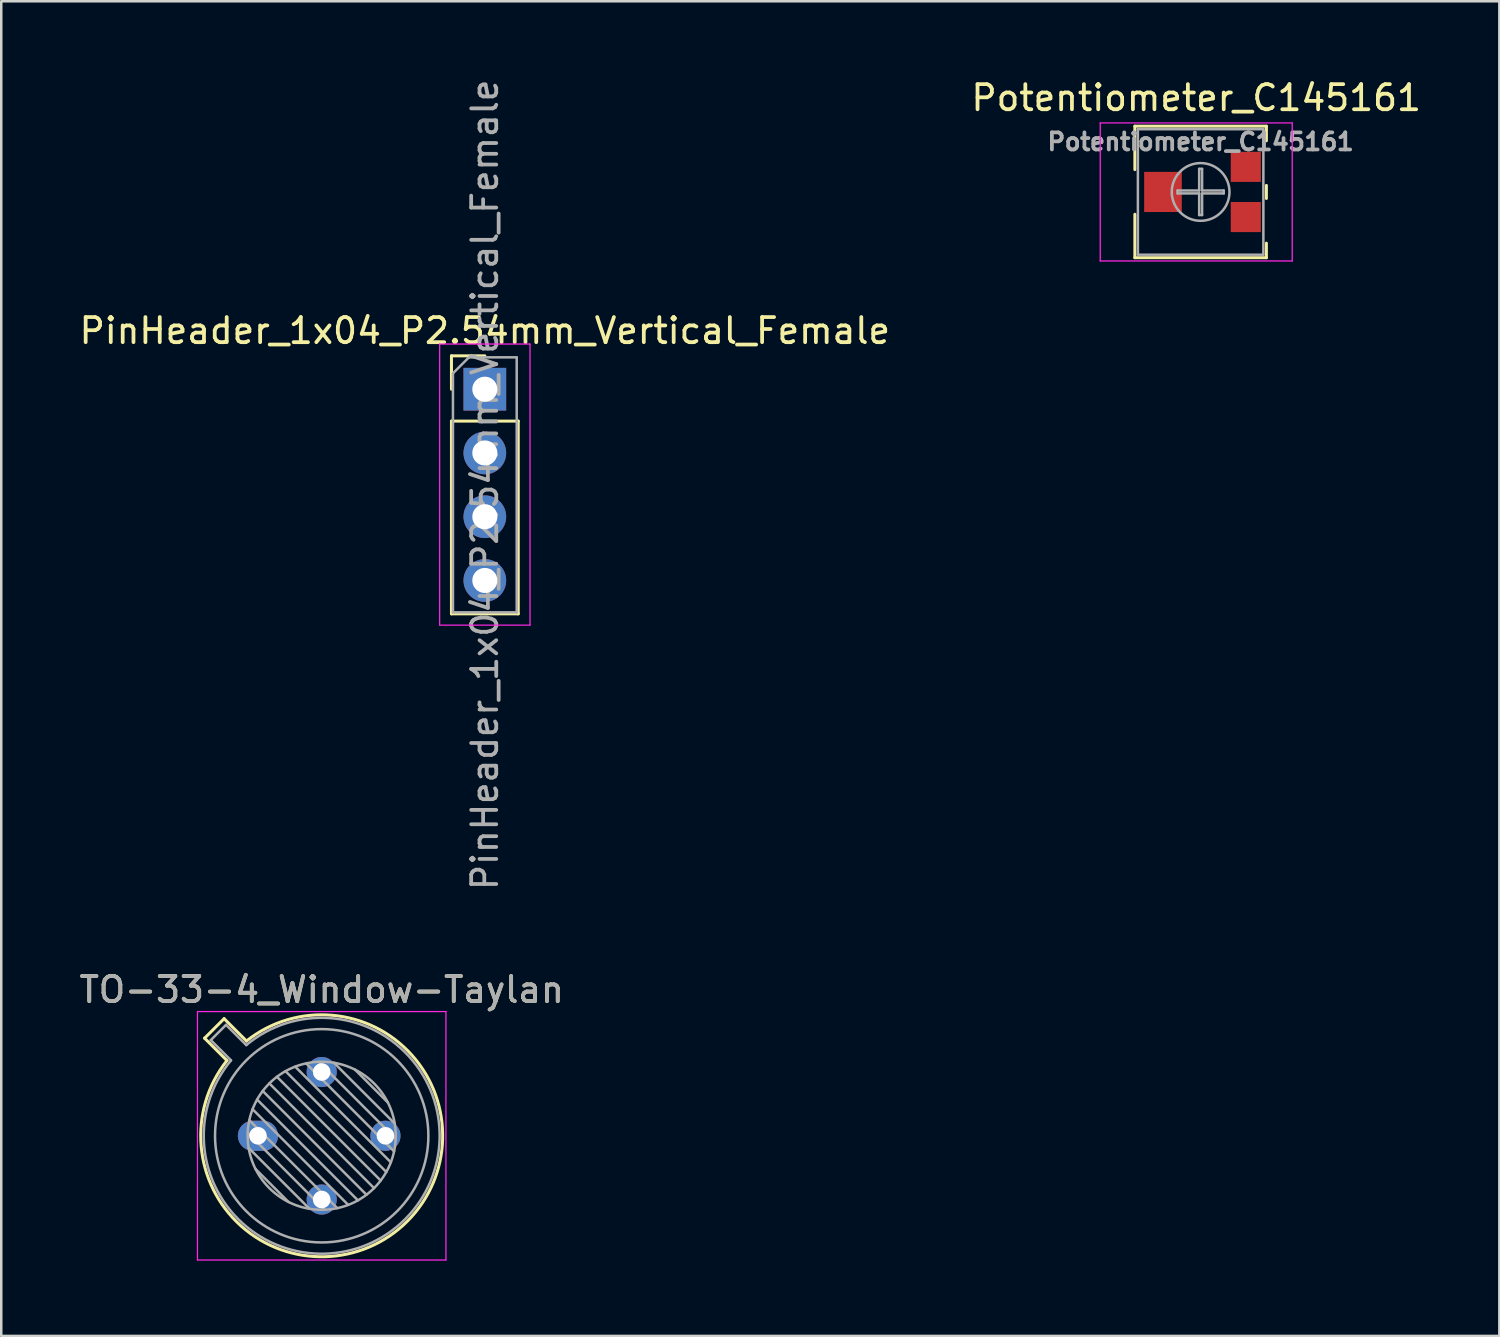
<source format=kicad_pcb>
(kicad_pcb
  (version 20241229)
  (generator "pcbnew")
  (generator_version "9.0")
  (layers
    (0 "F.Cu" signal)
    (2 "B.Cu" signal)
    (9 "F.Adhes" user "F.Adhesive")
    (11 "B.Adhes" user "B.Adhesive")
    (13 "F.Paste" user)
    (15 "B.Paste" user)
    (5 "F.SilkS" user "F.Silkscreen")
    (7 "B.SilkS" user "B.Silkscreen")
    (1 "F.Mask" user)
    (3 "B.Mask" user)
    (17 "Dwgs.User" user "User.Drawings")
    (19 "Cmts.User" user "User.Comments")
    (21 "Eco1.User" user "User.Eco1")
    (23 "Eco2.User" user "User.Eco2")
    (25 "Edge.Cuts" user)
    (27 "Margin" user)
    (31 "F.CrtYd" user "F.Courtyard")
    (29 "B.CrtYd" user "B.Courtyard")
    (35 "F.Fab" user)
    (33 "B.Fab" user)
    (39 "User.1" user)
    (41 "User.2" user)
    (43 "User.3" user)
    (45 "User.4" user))
  (footprint "Potentiometer_C145161"
    (layer "F.Cu")
    (at 44.788 4.598)
    (property "Reference" "Potentiometer_C145161" (at -0.175 -3.75 0) (layer "F.SilkS") (effects (font (size 1 1) (thickness 0.15))))
    (attr smd)
    (fp_line (start -2.62 -2.62) (end -2.62 -0.89) (stroke (width 0.12) (type solid)) (layer "F.SilkS"))
    (fp_line (start -2.62 -2.62) (end 2.62 -2.62) (stroke (width 0.12) (type solid)) (layer "F.SilkS"))
    (fp_line (start -2.62 0.89) (end -2.62 2.62) (stroke (width 0.12) (type solid)) (layer "F.SilkS"))
    (fp_line (start -2.62 2.62) (end 2.62 2.62) (stroke (width 0.12) (type solid)) (layer "F.SilkS"))
    (fp_line (start 2.62 -2.62) (end 2.62 -2.039) (stroke (width 0.12) (type solid)) (layer "F.SilkS"))
    (fp_line (start 2.62 -0.26) (end 2.62 0.26) (stroke (width 0.12) (type solid)) (layer "F.SilkS"))
    (fp_line (start 2.62 2.04) (end 2.62 2.62) (stroke (width 0.12) (type solid)) (layer "F.SilkS"))
    (fp_line (start -4 -2.75) (end -4 2.75) (stroke (width 0.05) (type solid)) (layer "F.CrtYd"))
    (fp_line (start -4 2.75) (end 3.65 2.75) (stroke (width 0.05) (type solid)) (layer "F.CrtYd"))
    (fp_line (start 3.65 -2.75) (end -4 -2.75) (stroke (width 0.05) (type solid)) (layer "F.CrtYd"))
    (fp_line (start 3.65 2.75) (end 3.65 -2.75) (stroke (width 0.05) (type solid)) (layer "F.CrtYd"))
    (fp_line (start -2.5 -2.5) (end -2.5 2.5) (stroke (width 0.1) (type solid)) (layer "F.Fab"))
    (fp_line (start -2.5 2.5) (end 2.5 2.5) (stroke (width 0.1) (type solid)) (layer "F.Fab"))
    (fp_line (start -0.92 -0.058) (end -0.058 -0.058) (stroke (width 0.1) (type solid)) (layer "F.Fab"))
    (fp_line (start -0.92 0.058) (end -0.92 -0.058) (stroke (width 0.1) (type solid)) (layer "F.Fab"))
    (fp_line (start -0.058 -0.92) (end 0.058 -0.92) (stroke (width 0.1) (type solid)) (layer "F.Fab"))
    (fp_line (start -0.058 -0.058) (end -0.058 -0.92) (stroke (width 0.1) (type solid)) (layer "F.Fab"))
    (fp_line (start -0.058 0.058) (end -0.92 0.058) (stroke (width 0.1) (type solid)) (layer "F.Fab"))
    (fp_line (start -0.058 0.92) (end -0.058 0.058) (stroke (width 0.1) (type solid)) (layer "F.Fab"))
    (fp_line (start 0.058 -0.92) (end 0.058 -0.058) (stroke (width 0.1) (type solid)) (layer "F.Fab"))
    (fp_line (start 0.058 -0.058) (end 0.92 -0.058) (stroke (width 0.1) (type solid)) (layer "F.Fab"))
    (fp_line (start 0.058 0.058) (end 0.058 0.92) (stroke (width 0.1) (type solid)) (layer "F.Fab"))
    (fp_line (start 0.058 0.92) (end -0.058 0.92) (stroke (width 0.1) (type solid)) (layer "F.Fab"))
    (fp_line (start 0.92 -0.058) (end 0.92 0.058) (stroke (width 0.1) (type solid)) (layer "F.Fab"))
    (fp_line (start 0.92 0.058) (end 0.058 0.058) (stroke (width 0.1) (type solid)) (layer "F.Fab"))
    (fp_line (start 2.5 -2.5) (end -2.5 -2.5) (stroke (width 0.1) (type solid)) (layer "F.Fab"))
    (fp_line (start 2.5 2.5) (end 2.5 -2.5) (stroke (width 0.1) (type solid)) (layer "F.Fab"))
    (fp_circle (center 0 0) (end 1.15 0) (stroke (width 0.1) (type solid)) (fill no) (layer "F.Fab"))
    (fp_text user "${REFERENCE}" (at 0 -2 0) (layer "F.Fab") (effects (font (size 0.68 0.68) (thickness 0.15))))
    (pad "1" smd rect (at 1.8 -1) (size 1.2 1.2) (layers "F.Cu" "F.Mask" "F.Paste"))
    (pad "2" smd rect (at -1.5 0) (size 1.5 1.6) (layers "F.Cu" "F.Mask" "F.Paste"))
    (pad "3" smd rect (at 1.8 1) (size 1.2 1.2) (layers "F.Cu" "F.Mask" "F.Paste")))
  (footprint "TO-33-4_Window-Taylan"
    (layer "F.Cu")
    (at 7.228 42.204)
    (property "Reference" "TO-33-4_Window-Taylan" (at 2.54 -5.82 0) (layer "F.SilkS") (effects (font (size 1 1) (thickness 0.15))))
    (attr through_hole)
    (fp_line (start -2.126 -3.888) (end -1.235 -2.997) (stroke (width 0.12) (type solid)) (layer "F.SilkS"))
    (fp_line (start -1.348 -4.666) (end -2.126 -3.888) (stroke (width 0.12) (type solid)) (layer "F.SilkS"))
    (fp_line (start -0.457 -3.775) (end -1.348 -4.666) (stroke (width 0.12) (type solid)) (layer "F.SilkS"))
    (fp_arc (start -0.457084 -3.774902) (mid 5.948255 3.408255) (end -1.234902 -2.997084) (stroke (width 0.12) (type solid)) (layer "F.SilkS"))
    (fp_line (start -2.41 -4.95) (end -2.41 4.95) (stroke (width 0.05) (type solid)) (layer "F.CrtYd"))
    (fp_line (start -2.41 4.95) (end 7.49 4.95) (stroke (width 0.05) (type solid)) (layer "F.CrtYd"))
    (fp_line (start 7.49 -4.95) (end -2.41 -4.95) (stroke (width 0.05) (type solid)) (layer "F.CrtYd"))
    (fp_line (start 7.49 4.95) (end 7.49 -4.95) (stroke (width 0.05) (type solid)) (layer "F.CrtYd"))
    (fp_line (start -1.88 -3.812) (end -1.074 -3.005) (stroke (width 0.1) (type solid)) (layer "F.Fab"))
    (fp_line (start -1.272 -4.42) (end -1.88 -3.812) (stroke (width 0.1) (type solid)) (layer "F.Fab"))
    (fp_line (start -0.465 -3.614) (end -1.272 -4.42) (stroke (width 0.1) (type solid)) (layer "F.Fab"))
    (fp_line (start -0.408 -0.12) (end 2.66 2.948) (stroke (width 0.1) (type solid)) (layer "F.Fab"))
    (fp_line (start -0.371 0.485) (end 2.055 2.911) (stroke (width 0.1) (type solid)) (layer "F.Fab"))
    (fp_line (start -0.344 -0.622) (end 3.162 2.884) (stroke (width 0.1) (type solid)) (layer "F.Fab"))
    (fp_line (start -0.215 -1.058) (end 3.598 2.755) (stroke (width 0.1) (type solid)) (layer "F.Fab"))
    (fp_line (start -0.097 1.324) (end 1.216 2.637) (stroke (width 0.1) (type solid)) (layer "F.Fab"))
    (fp_line (start -0.034 -1.443) (end 3.983 2.574) (stroke (width 0.1) (type solid)) (layer "F.Fab"))
    (fp_line (start 0.19 -1.784) (end 4.324 2.35) (stroke (width 0.1) (type solid)) (layer "F.Fab"))
    (fp_line (start 0.454 -2.086) (end 4.626 2.086) (stroke (width 0.1) (type solid)) (layer "F.Fab"))
    (fp_line (start 0.756 -2.35) (end 4.89 1.784) (stroke (width 0.1) (type solid)) (layer "F.Fab"))
    (fp_line (start 1.097 -2.574) (end 5.114 1.443) (stroke (width 0.1) (type solid)) (layer "F.Fab"))
    (fp_line (start 1.482 -2.755) (end 5.295 1.058) (stroke (width 0.1) (type solid)) (layer "F.Fab"))
    (fp_line (start 1.918 -2.884) (end 5.424 0.622) (stroke (width 0.1) (type solid)) (layer "F.Fab"))
    (fp_line (start 2.42 -2.948) (end 5.488 0.12) (stroke (width 0.1) (type solid)) (layer "F.Fab"))
    (fp_line (start 3.025 -2.911) (end 5.451 -0.485) (stroke (width 0.1) (type solid)) (layer "F.Fab"))
    (fp_line (start 3.864 -2.637) (end 5.177 -1.324) (stroke (width 0.1) (type solid)) (layer "F.Fab"))
    (fp_arc (start -0.465408 -3.61352) (mid 5.863402 3.323402) (end -1.07352 -3.005408) (stroke (width 0.1) (type solid)) (layer "F.Fab"))
    (fp_circle (center 2.54 0) (end 5.49 0) (stroke (width 0.1) (type solid)) (fill no) (layer "F.Fab"))
    (fp_circle (center 2.54 0) (end 6.79 0) (stroke (width 0.1) (type solid)) (fill no) (layer "F.Fab"))
    (fp_text user "${REFERENCE}" (at 2.54 -5.82 0) (layer "F.Fab") (effects (font (size 1 1) (thickness 0.15))))
    (pad "1" thru_hole circle (at 2.54 -2.54) (size 1.2 1.2) (drill 0.7) (layers "*.Cu" "*.Mask"))
    (pad "2" thru_hole oval (at 0 0) (size 1.6 1.2) (drill 0.7) (layers "*.Cu" "*.Mask"))
    (pad "3" thru_hole circle (at 5.08 0) (size 1.2 1.2) (drill 0.7) (layers "*.Cu" "*.Mask"))
    (pad "4" thru_hole circle (at 2.54 2.54) (size 1.2 1.2) (drill 0.7) (layers "*.Cu" "*.Mask")))
  (footprint "PinHeader_1x04_P2.54mm_Vertical_Female"
    (layer "F.Cu")
    (at 16.268 12.458)
    (property "Reference" "PinHeader_1x04_P2.54mm_Vertical_Female" (at 0 -2.33 0) (layer "F.SilkS") (effects (font (size 1 1) (thickness 0.15))))
    (attr through_hole)
    (fp_line (start -1.33 -1.33) (end 0 -1.33) (stroke (width 0.12) (type solid)) (layer "F.SilkS"))
    (fp_line (start -1.33 0) (end -1.33 -1.33) (stroke (width 0.12) (type solid)) (layer "F.SilkS"))
    (fp_line (start -1.33 1.27) (end -1.33 8.95) (stroke (width 0.12) (type solid)) (layer "F.SilkS"))
    (fp_line (start -1.33 1.27) (end 1.33 1.27) (stroke (width 0.12) (type solid)) (layer "F.SilkS"))
    (fp_line (start -1.33 8.95) (end 1.33 8.95) (stroke (width 0.12) (type solid)) (layer "F.SilkS"))
    (fp_line (start 1.33 1.27) (end 1.33 8.95) (stroke (width 0.12) (type solid)) (layer "F.SilkS"))
    (fp_line (start -1.8 -1.8) (end -1.8 9.4) (stroke (width 0.05) (type solid)) (layer "F.CrtYd"))
    (fp_line (start -1.8 9.4) (end 1.8 9.4) (stroke (width 0.05) (type solid)) (layer "F.CrtYd"))
    (fp_line (start 1.8 -1.8) (end -1.8 -1.8) (stroke (width 0.05) (type solid)) (layer "F.CrtYd"))
    (fp_line (start 1.8 9.4) (end 1.8 -1.8) (stroke (width 0.05) (type solid)) (layer "F.CrtYd"))
    (fp_line (start -1.27 -0.635) (end -0.635 -1.27) (stroke (width 0.1) (type solid)) (layer "F.Fab"))
    (fp_line (start -1.27 8.89) (end -1.27 -0.635) (stroke (width 0.1) (type solid)) (layer "F.Fab"))
    (fp_line (start -0.635 -1.27) (end 1.27 -1.27) (stroke (width 0.1) (type solid)) (layer "F.Fab"))
    (fp_line (start 1.27 -1.27) (end 1.27 8.89) (stroke (width 0.1) (type solid)) (layer "F.Fab"))
    (fp_line (start 1.27 8.89) (end -1.27 8.89) (stroke (width 0.1) (type solid)) (layer "F.Fab"))
    (fp_text user "${REFERENCE}" (at 0 3.81 90) (layer "F.Fab") (effects (font (size 1 1) (thickness 0.15))))
    (pad "1" thru_hole rect (at 0 0) (size 1.7 1.7) (drill 1) (layers "*.Cu" "*.Mask"))
    (pad "2" thru_hole oval (at 0 2.54) (size 1.7 1.7) (drill 1) (layers "*.Cu" "*.Mask"))
    (pad "3" thru_hole oval (at 0 5.08) (size 1.7 1.7) (drill 1) (layers "*.Cu" "*.Mask"))
    (pad "4" thru_hole oval (at 0 7.62) (size 1.7 1.7) (drill 1) (layers "*.Cu" "*.Mask")))
  (gr_rect
    (start -3 -3)
    (end 56.69 50.179)
    (stroke (width 0.1) (type default))
    (fill no)
    (layer "Edge.Cuts")))
</source>
